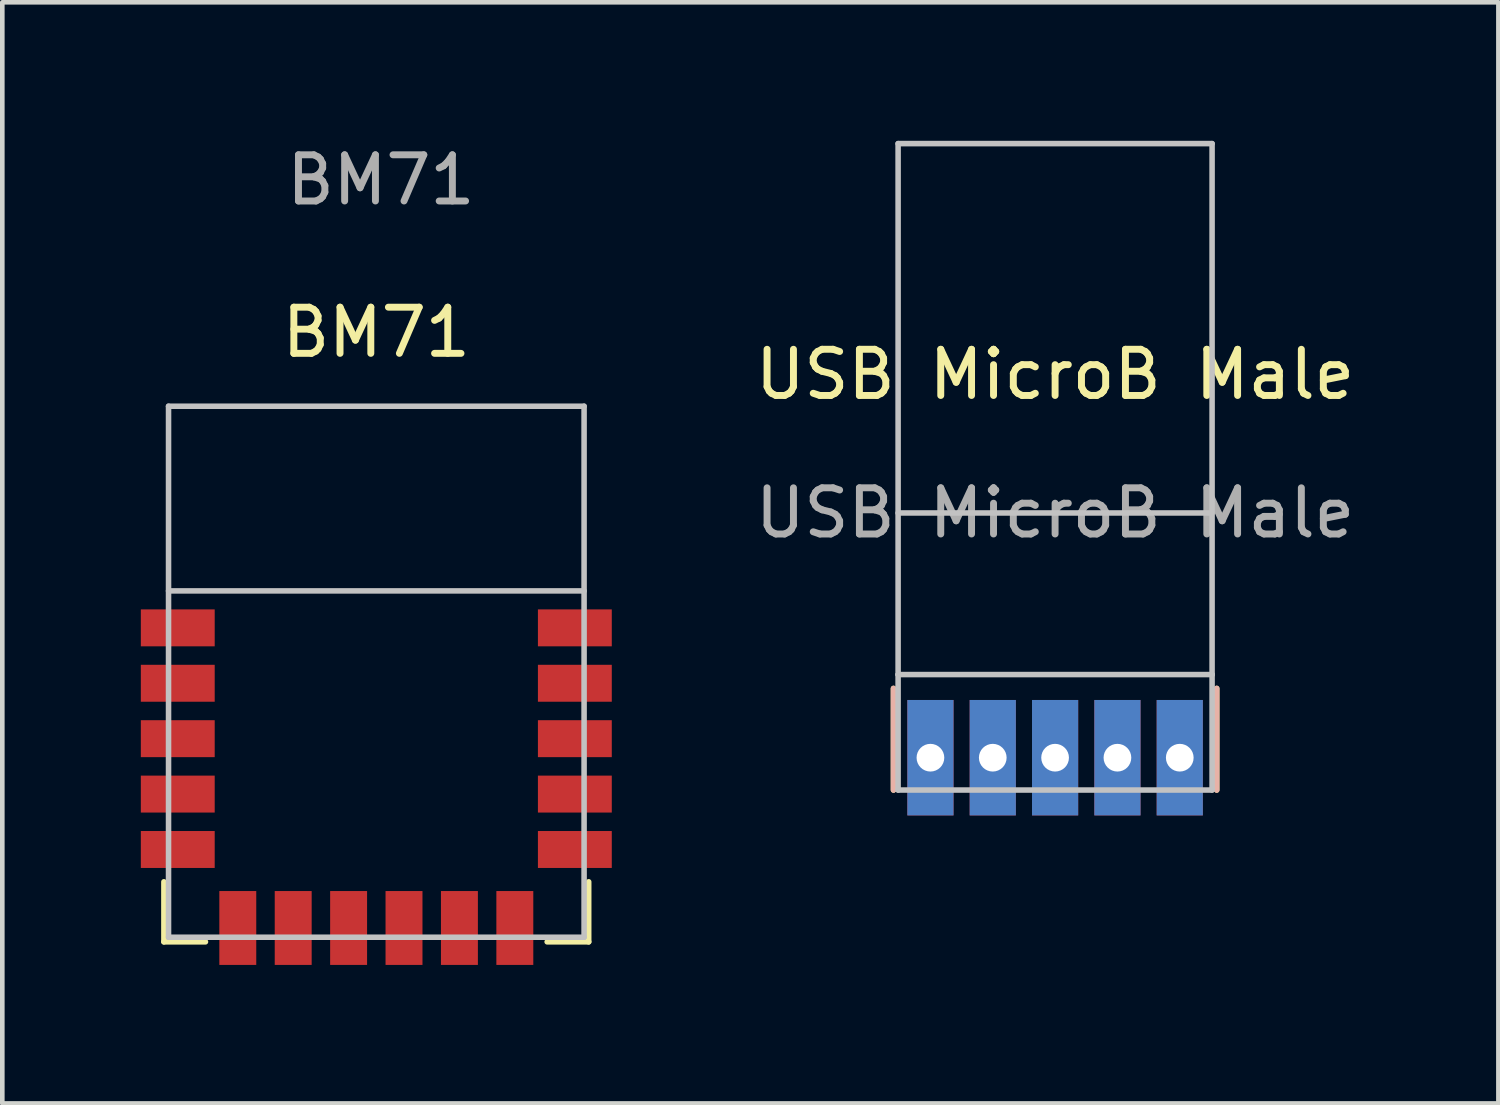
<source format=kicad_pcb>
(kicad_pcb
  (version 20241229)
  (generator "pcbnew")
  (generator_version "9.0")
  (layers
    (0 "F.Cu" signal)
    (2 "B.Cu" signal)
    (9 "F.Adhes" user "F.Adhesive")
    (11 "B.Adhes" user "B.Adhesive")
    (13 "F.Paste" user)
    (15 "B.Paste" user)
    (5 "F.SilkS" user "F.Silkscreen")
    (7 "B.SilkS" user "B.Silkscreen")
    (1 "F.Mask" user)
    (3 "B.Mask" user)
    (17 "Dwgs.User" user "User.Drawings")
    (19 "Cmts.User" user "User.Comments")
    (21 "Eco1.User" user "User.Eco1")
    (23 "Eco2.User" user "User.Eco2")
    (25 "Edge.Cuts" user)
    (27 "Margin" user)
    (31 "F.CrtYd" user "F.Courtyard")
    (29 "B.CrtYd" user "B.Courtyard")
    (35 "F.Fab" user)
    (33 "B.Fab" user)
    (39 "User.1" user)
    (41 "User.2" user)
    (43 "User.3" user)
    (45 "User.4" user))
  (footprint "USB MicroB Male"
    (layer "F.Cu")
    (at 19.801 11.56)
    (property "Reference" "USB MicroB Male" (at 0 -6.5 0) (unlocked yes) (layer "F.SilkS") (effects (font (size 1 1) (thickness 0.15))))
    (attr through_hole)
    (fp_line (start -3.5 2.5) (end -3.5 0.3) (stroke (width 0.12) (type solid)) (layer "F.SilkS"))
    (fp_line (start 3.5 2.5) (end 3.5 0.3) (stroke (width 0.12) (type solid)) (layer "F.SilkS"))
    (fp_line (start -3.5 2.5) (end -3.5 0.3) (stroke (width 0.12) (type solid)) (layer "B.SilkS"))
    (fp_line (start 3.5 2.5) (end 3.5 0.3) (stroke (width 0.12) (type solid)) (layer "B.SilkS"))
    (fp_line (start -3.4 -11.5) (end 3.4 -11.5) (stroke (width 0.12) (type solid)) (layer "Dwgs.User"))
    (fp_line (start -3.4 -3.5) (end 3.4 -3.5) (stroke (width 0.12) (type solid)) (layer "Dwgs.User"))
    (fp_line (start -3.4 0) (end -3.4 -11.5) (stroke (width 0.12) (type solid)) (layer "Dwgs.User"))
    (fp_line (start -3.4 0) (end -3.4 2.5) (stroke (width 0.12) (type solid)) (layer "Dwgs.User"))
    (fp_line (start -3.4 0) (end 3.4 0) (stroke (width 0.12) (type solid)) (layer "Dwgs.User"))
    (fp_line (start -3.4 2.5) (end 3.4 2.5) (stroke (width 0.12) (type solid)) (layer "Dwgs.User"))
    (fp_line (start 3.4 -11.5) (end 3.4 0) (stroke (width 0.12) (type solid)) (layer "Dwgs.User"))
    (fp_line (start 3.4 2.5) (end 3.4 0) (stroke (width 0.12) (type solid)) (layer "Dwgs.User"))
    (fp_text user "${REFERENCE}" (at 0 -3.5 0) (unlocked yes) (layer "F.Fab") (effects (font (size 1 1) (thickness 0.15))))
    (pad "1" thru_hole rect (at -2.7 1.8) (size 1 2.5) (drill 0.6) (layers "*.Cu" "*.Mask"))
    (pad "2" thru_hole rect (at -1.35 1.8) (size 1 2.5) (drill 0.6) (layers "*.Cu" "*.Mask"))
    (pad "3" thru_hole rect (at 0 1.8) (size 1 2.5) (drill 0.6) (layers "*.Cu" "*.Mask"))
    (pad "4" thru_hole rect (at 1.35 1.8) (size 1 2.5) (drill 0.6) (layers "*.Cu" "*.Mask"))
    (pad "5" thru_hole rect (at 2.7 1.8) (size 1 2.5) (drill 0.6) (layers "*.Cu" "*.Mask")))
  (footprint "BM71"
    (layer "F.Cu")
    (at 5.1 5.748)
    (property "Reference" "BM71" (at 0 -1.6 0) (unlocked yes) (layer "F.SilkS") (effects (font (size 1 1) (thickness 0.15))))
    (attr smd)
    (fp_line (start -4.6 10.3) (end -4.6 11.6) (stroke (width 0.12) (type solid)) (layer "F.SilkS"))
    (fp_line (start -4.6 11.6) (end -3.7 11.6) (stroke (width 0.12) (type solid)) (layer "F.SilkS"))
    (fp_line (start 4.6 10.3) (end 4.6 11.6) (stroke (width 0.12) (type solid)) (layer "F.SilkS"))
    (fp_line (start 4.6 11.6) (end 3.7 11.6) (stroke (width 0.12) (type solid)) (layer "F.SilkS"))
    (fp_line (start -4.5 0) (end 4.5 0) (stroke (width 0.12) (type solid)) (layer "Dwgs.User"))
    (fp_line (start -4.5 4) (end 4.5 4) (stroke (width 0.12) (type solid)) (layer "Dwgs.User"))
    (fp_line (start -4.5 11.5) (end -4.5 0) (stroke (width 0.12) (type solid)) (layer "Dwgs.User"))
    (fp_line (start 4.5 0) (end 4.5 11.5) (stroke (width 0.12) (type solid)) (layer "Dwgs.User"))
    (fp_line (start 4.5 11.5) (end -4.5 11.5) (stroke (width 0.12) (type solid)) (layer "Dwgs.User"))
    (fp_text user "${REFERENCE}" (at 0.1 -4.9 0) (unlocked yes) (layer "F.Fab") (effects (font (size 1 1) (thickness 0.15))))
    (pad "1" smd rect (at -4.3 4.8) (size 1.6 0.8) (layers "F.Cu" "F.Mask" "F.Paste"))
    (pad "2" smd rect (at -4.3 6) (size 1.6 0.8) (layers "F.Cu" "F.Mask" "F.Paste"))
    (pad "3" smd rect (at -4.3 7.2) (size 1.6 0.8) (layers "F.Cu" "F.Mask" "F.Paste"))
    (pad "4" smd rect (at -4.3 8.4) (size 1.6 0.8) (layers "F.Cu" "F.Mask" "F.Paste"))
    (pad "5" smd rect (at -4.3 9.6) (size 1.6 0.8) (layers "F.Cu" "F.Mask" "F.Paste"))
    (pad "6" smd rect (at -3 11.3) (size 0.8 1.6) (layers "F.Cu" "F.Mask" "F.Paste"))
    (pad "7" smd rect (at -1.8 11.3) (size 0.8 1.6) (layers "F.Cu" "F.Mask" "F.Paste"))
    (pad "8" smd rect (at -0.6 11.3) (size 0.8 1.6) (layers "F.Cu" "F.Mask" "F.Paste"))
    (pad "9" smd rect (at 0.6 11.3) (size 0.8 1.6) (layers "F.Cu" "F.Mask" "F.Paste"))
    (pad "10" smd rect (at 1.8 11.3) (size 0.8 1.6) (layers "F.Cu" "F.Mask" "F.Paste"))
    (pad "11" smd rect (at 3 11.3) (size 0.8 1.6) (layers "F.Cu" "F.Mask" "F.Paste"))
    (pad "12" smd rect (at 4.3 9.6) (size 1.6 0.8) (layers "F.Cu" "F.Mask" "F.Paste"))
    (pad "13" smd rect (at 4.3 8.4) (size 1.6 0.8) (layers "F.Cu" "F.Mask" "F.Paste"))
    (pad "14" smd rect (at 4.3 7.2) (size 1.6 0.8) (layers "F.Cu" "F.Mask" "F.Paste"))
    (pad "15" smd rect (at 4.3 6) (size 1.6 0.8) (layers "F.Cu" "F.Mask" "F.Paste"))
    (pad "16" smd rect (at 4.3 4.8) (size 1.6 0.8) (layers "F.Cu" "F.Mask" "F.Paste"))
    (zone (net_name "") (layer "F.Cu") (hatch edge 0.508) (connect_pads) (min_thickness 0.254) (filled_areas_thickness no) (keepout (tracks not_allowed) (vias not_allowed) (pads not_allowed) (copperpour not_allowed) (footprints allowed)) (placement (enabled no)) (fill) (polygon (pts (xy 3.6 12.548) (xy 1.6 12.548) (xy 1.6 9.748) (xy 3.6 9.748))))
    (zone (net_name "") (layer "F.Cu") (hatch edge 0.508) (connect_pads) (min_thickness 0.254) (filled_areas_thickness no) (keepout (tracks not_allowed) (vias not_allowed) (pads not_allowed) (copperpour not_allowed) (footprints allowed)) (placement (enabled no)) (fill) (polygon (pts (xy 7.1 15.448) (xy 5.5 15.448) (xy 5.5 10.248) (xy 7.1 10.248))))
    (zone (net_name "") (layer "F.Cu") (hatch edge 0.508) (connect_pads) (min_thickness 0.254) (filled_areas_thickness no) (keepout (tracks not_allowed) (vias not_allowed) (pads not_allowed) (copperpour not_allowed) (footprints allowed)) (placement (enabled no)) (fill) (polygon (pts (xy 8 13.548) (xy 7.1 13.548) (xy 7.1 12.548) (xy 8 12.548))))
    (zone (net_name "") (layer "F.Cu") (hatch edge 0.508) (connect_pads) (min_thickness 0.254) (filled_areas_thickness no) (keepout (tracks allowed) (vias allowed) (pads allowed) (copperpour not_allowed) (footprints allowed)) (placement (enabled no)) (fill) (polygon (pts (xy 9.6 9.748) (xy 0.6 9.748) (xy 0.6 5.748) (xy 9.6 5.748)))))
  (gr_rect
    (start -3 -3)
    (end 29.402 20.848)
    (stroke (width 0.1) (type default))
    (fill no)
    (layer "Edge.Cuts")))
</source>
